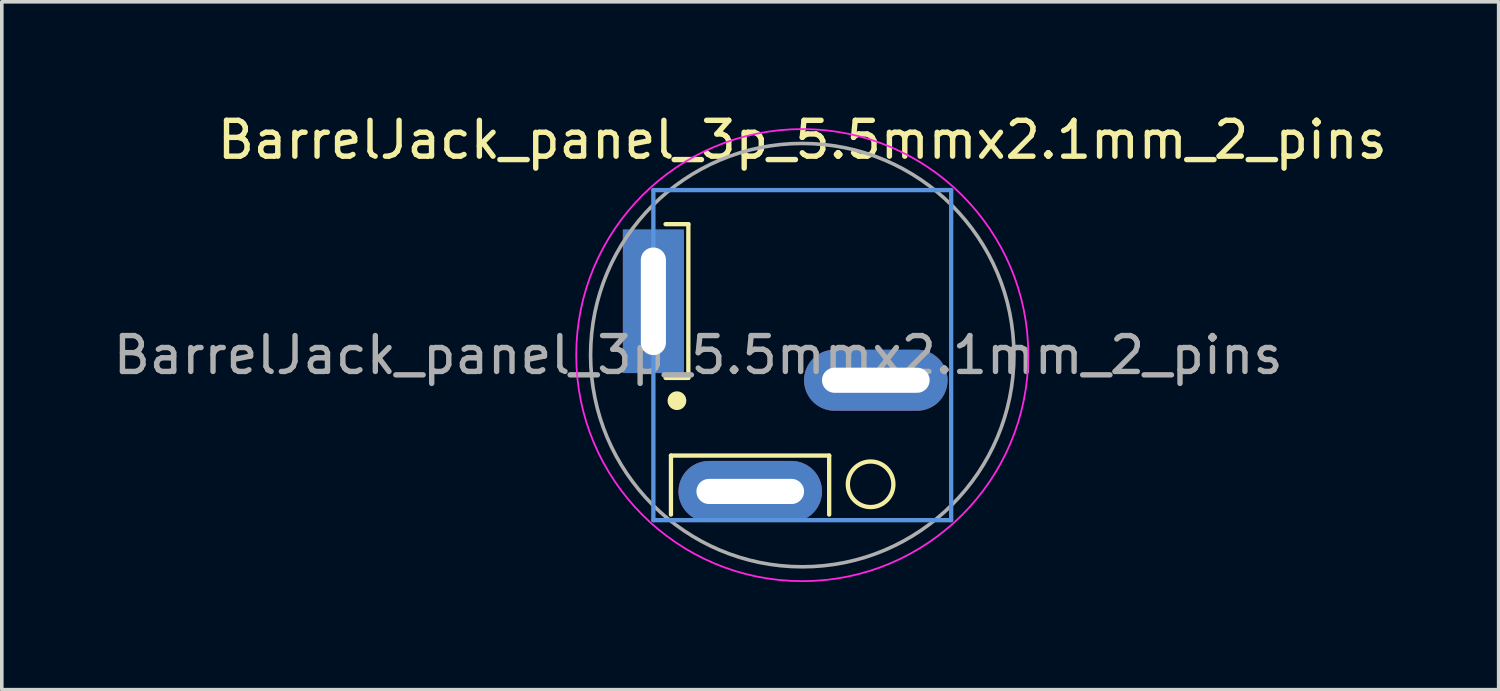
<source format=kicad_pcb>
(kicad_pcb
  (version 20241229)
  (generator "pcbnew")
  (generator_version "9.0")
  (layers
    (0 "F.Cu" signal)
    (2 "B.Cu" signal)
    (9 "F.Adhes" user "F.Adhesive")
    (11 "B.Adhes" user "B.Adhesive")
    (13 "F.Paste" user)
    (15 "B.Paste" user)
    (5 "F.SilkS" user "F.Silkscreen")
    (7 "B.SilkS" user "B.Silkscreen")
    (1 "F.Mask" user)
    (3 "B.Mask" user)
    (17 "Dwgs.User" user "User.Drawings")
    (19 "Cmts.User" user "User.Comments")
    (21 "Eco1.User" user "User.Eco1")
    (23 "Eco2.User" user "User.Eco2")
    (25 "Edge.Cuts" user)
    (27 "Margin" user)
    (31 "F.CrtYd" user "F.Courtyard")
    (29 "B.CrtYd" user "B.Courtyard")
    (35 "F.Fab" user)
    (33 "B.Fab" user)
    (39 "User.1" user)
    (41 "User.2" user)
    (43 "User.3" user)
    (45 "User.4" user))
  (footprint "BarrelJack_panel_3p_5.5mmx2.1mm_2_pins"
    (layer "F.Cu")
    (at 19.311 6.848)
    (property "Reference" "BarrelJack_panel_3p_5.5mmx2.1mm_2_pins" (at 0 -6 0) (unlocked yes) (layer "F.SilkS") (effects (font (size 1 1) (thickness 0.15))))
    (attr through_hole)
    (fp_line (start -3.81 0.635) (end -3.175 0.635) (stroke (width 0.12) (type solid)) (layer "F.SilkS"))
    (fp_line (start -3.66 2.8) (end 0.75 2.8) (stroke (width 0.12) (type solid)) (layer "F.SilkS"))
    (fp_line (start -3.66 4.445) (end -3.66 2.8) (stroke (width 0.12) (type solid)) (layer "F.SilkS"))
    (fp_line (start -3.175 -3.65) (end -3.81 -3.65) (stroke (width 0.12) (type solid)) (layer "F.SilkS"))
    (fp_line (start -3.175 0.635) (end -3.175 -3.65) (stroke (width 0.12) (type solid)) (layer "F.SilkS"))
    (fp_line (start 0.75 2.8) (end 0.75 4.445) (stroke (width 0.12) (type solid)) (layer "F.SilkS"))
    (fp_circle (center -3.493 1.27) (end -3.292 1.27) (stroke (width 0.12) (type solid)) (fill yes) (layer "F.SilkS"))
    (fp_circle (center 1.905 3.6) (end 2.54 3.6) (stroke (width 0.12) (type solid)) (fill no) (layer "F.SilkS"))
    (fp_line (start -4.15 -4.6) (end -4.15 4.6) (stroke (width 0.12) (type solid)) (layer "Cmts.User"))
    (fp_line (start -4.15 -4.6) (end 4.15 -4.6) (stroke (width 0.12) (type solid)) (layer "Cmts.User"))
    (fp_line (start -4.15 4.6) (end 4.15 4.6) (stroke (width 0.12) (type solid)) (layer "Cmts.User"))
    (fp_line (start 4.15 -4.6) (end 4.15 4.6) (stroke (width 0.12) (type solid)) (layer "Cmts.User"))
    (fp_circle (center 0 0) (end 6.3 0) (stroke (width 0.05) (type solid)) (fill no) (layer "F.CrtYd"))
    (fp_circle (center 0 0) (end 5.9 0) (stroke (width 0.1) (type solid)) (fill no) (layer "F.Fab"))
    (fp_text user "${REFERENCE}" (at -2.9 0 0) (unlocked yes) (layer "F.Fab") (effects (font (size 1 1) (thickness 0.15))))
    (pad "1" thru_hole rect (at -4.15 -1.5) (size 1.7 4) (drill oval 0.7 3) (layers "*.Cu" "*.Mask"))
    (pad "2" thru_hole oval (at -1.45 3.8 270) (size 1.7 4) (drill oval 0.7 3) (layers "*.Cu" "*.Mask"))
    (pad "3" thru_hole oval (at 2.05 0.7 90) (size 1.7 4) (drill oval 0.7 3) (layers "*.Cu" "*.Mask")))
  (gr_rect
    (start -3 -3)
    (end 38.721 16.173)
    (stroke (width 0.1) (type default))
    (fill no)
    (layer "Edge.Cuts")))
</source>
